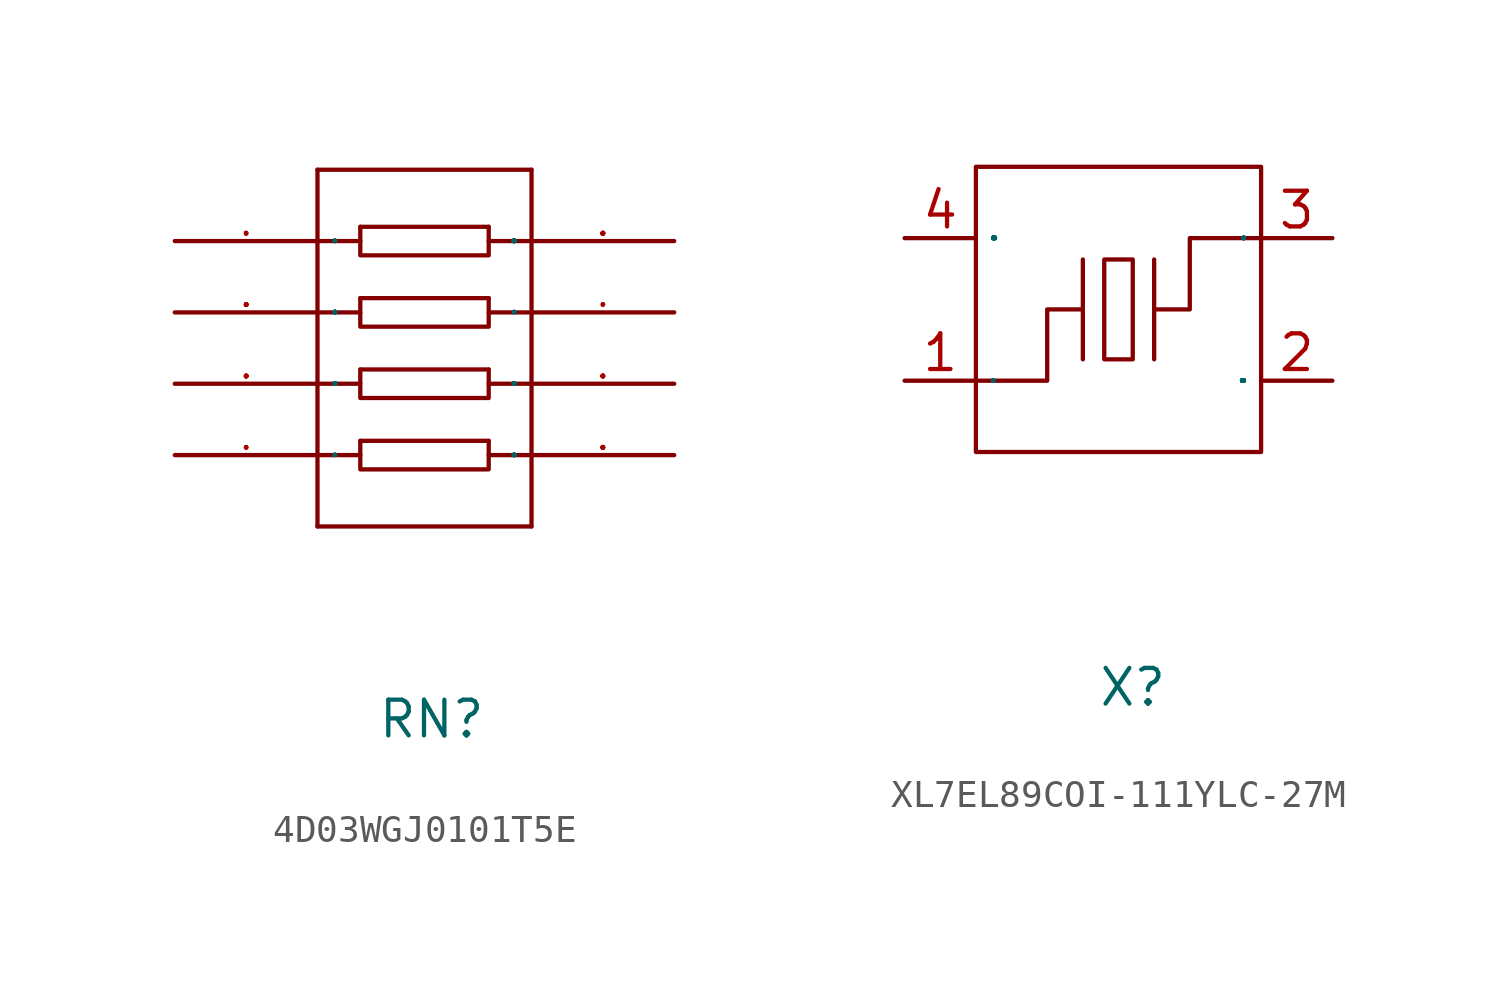
<source format=kicad_sym>
(kicad_symbol_lib
  (version 20241209)
  (generator "kicad_symbol_editor")
  (generator_version "9.0")
  (symbol "4D03WGJ0101T5E"
    (property "Reference" "RN"
      (at 0.254 -13.208 0)
      (effects (font (size 1.27 1.27))))
    (symbol "4D03WGJ0101T5E_1_0"
      (polyline (pts (xy -3.81 6.35) (xy -3.81 -6.35)) (stroke (width 0) (type default)) (fill (type none)))
      (polyline (pts (xy -3.81 6.35) (xy 3.81 6.35)) (stroke (width 0) (type default)) (fill (type none)))
      (polyline (pts (xy -3.81 3.81) (xy -2.286 3.81)) (stroke (width 0) (type default)) (fill (type none)))
      (polyline (pts (xy -3.81 1.27) (xy -2.286 1.27)) (stroke (width 0) (type default)) (fill (type none)))
      (polyline (pts (xy -3.81 -1.27) (xy -2.286 -1.27)) (stroke (width 0) (type default)) (fill (type none)))
      (polyline (pts (xy -3.81 -3.81) (xy -2.286 -3.81)) (stroke (width 0) (type default)) (fill (type none)))
      (polyline (pts (xy -3.81 -6.35) (xy 3.81 -6.35)) (stroke (width 0) (type default)) (fill (type none)))
      (polyline (pts (xy -2.286 4.318) (xy 2.286 4.318)) (stroke (width 0) (type default)) (fill (type none)))
      (polyline (pts (xy -2.286 4.318) (xy -2.286 3.302) (xy -2.286 3.302) (xy 2.286 3.302) (xy 2.286 3.302) (xy 2.286 4.318)) (stroke (width 0) (type default)) (fill (type none)))
      (polyline (pts (xy -2.286 1.778) (xy 2.286 1.778)) (stroke (width 0) (type default)) (fill (type none)))
      (polyline (pts (xy -2.286 1.778) (xy -2.286 0.762) (xy -2.286 0.762) (xy 2.286 0.762) (xy 2.286 0.762) (xy 2.286 1.778)) (stroke (width 0) (type default)) (fill (type none)))
      (polyline (pts (xy -2.286 -0.762) (xy 2.286 -0.762)) (stroke (width 0) (type default)) (fill (type none)))
      (polyline (pts (xy -2.286 -0.762) (xy -2.286 -1.778) (xy -2.286 -1.778) (xy 2.286 -1.778) (xy 2.286 -1.778) (xy 2.286 -0.762)) (stroke (width 0) (type default)) (fill (type none)))
      (polyline (pts (xy -2.286 -3.302) (xy 2.286 -3.302)) (stroke (width 0) (type default)) (fill (type none)))
      (polyline (pts (xy -2.286 -3.302) (xy -2.286 -4.318) (xy -2.286 -4.318) (xy 2.286 -4.318) (xy 2.286 -4.318) (xy 2.286 -3.302)) (stroke (width 0) (type default)) (fill (type none)))
      (polyline (pts (xy 2.286 3.81) (xy 3.81 3.81)) (stroke (width 0) (type default)) (fill (type none)))
      (polyline (pts (xy 2.286 1.27) (xy 3.81 1.27)) (stroke (width 0) (type default)) (fill (type none)))
      (polyline (pts (xy 2.286 -1.27) (xy 3.81 -1.27)) (stroke (width 0) (type default)) (fill (type none)))
      (polyline (pts (xy 2.286 -3.81) (xy 3.81 -3.81)) (stroke (width 0) (type default)) (fill (type none)))
      (polyline (pts (xy 3.81 6.35) (xy 3.81 -6.35)) (stroke (width 0) (type default)) (fill (type none)))
      (pin passive line (at -8.89 3.81 0) (length 5.08) (name "1" (effects (font (size 0.025 0.025)))) (number "1" (effects (font (size 0.025 0.025)))))
      (pin passive line (at -8.89 1.27 0) (length 5.08) (name "2" (effects (font (size 0.025 0.025)))) (number "2" (effects (font (size 0.025 0.025)))))
      (pin passive line (at -8.89 -1.27 0) (length 5.08) (name "3" (effects (font (size 0.025 0.025)))) (number "3" (effects (font (size 0.025 0.025)))))
      (pin passive line (at -8.89 -3.81 0) (length 5.08) (name "4" (effects (font (size 0.025 0.025)))) (number "4" (effects (font (size 0.025 0.025)))))
      (pin passive line (at 8.89 3.81 180) (length 5.08) (name "8" (effects (font (size 0.025 0.025)))) (number "8" (effects (font (size 0.025 0.025)))))
      (pin passive line (at 8.89 1.27 180) (length 5.08) (name "7" (effects (font (size 0.025 0.025)))) (number "7" (effects (font (size 0.025 0.025)))))
      (pin passive line (at 8.89 -1.27 180) (length 5.08) (name "6" (effects (font (size 0.025 0.025)))) (number "6" (effects (font (size 0.025 0.025)))))
      (pin passive line (at 8.89 -3.81 180) (length 5.08) (name "5" (effects (font (size 0.025 0.025)))) (number "5" (effects (font (size 0.025 0.025)))))))
  (symbol "XL7EL89COI-111YLC-27M"
    (property "Reference" "X"
      (at 0.508 -13.462 0)
      (effects (font (size 1.27 1.27))))
    (symbol "XL7EL89COI-111YLC-27M_1_0"
      (rectangle (start -5.08 5.08) (end 5.08 -5.08) (stroke (width 0) (type default)) (fill (type none)))
      (polyline (pts (xy -5.08 -2.54) (xy -2.54 -2.54) (xy -2.54 -2.54) (xy -2.54 0) (xy -2.54 0) (xy -1.27 0)) (stroke (width 0) (type default)) (fill (type none)))
      (polyline (pts (xy -1.27 -1.778) (xy -1.27 1.778)) (stroke (width 0) (type default)) (fill (type none)))
      (rectangle (start -0.508 1.778) (end 0.508 -1.778) (stroke (width 0) (type default)) (fill (type none)))
      (polyline (pts (xy 1.27 -1.778) (xy 1.27 1.778)) (stroke (width 0) (type default)) (fill (type none)))
      (polyline (pts (xy 5.08 2.54) (xy 2.54 2.54) (xy 2.54 2.54) (xy 2.54 0) (xy 2.54 0) (xy 1.27 0)) (stroke (width 0) (type default)) (fill (type none)))
      (pin power_in line (at -7.62 2.54 0) (length 2.54) (name "GND" (effects (font (size 0.025 0.025)))) (number "4" (effects (font (size 1.27 1.27)))))
      (pin passive line (at -7.62 -2.54 0) (length 2.54) (name "1" (effects (font (size 0.025 0.025)))) (number "1" (effects (font (size 1.27 1.27)))))
      (pin output line (at 7.62 2.54 180) (length 2.54) (name "3" (effects (font (size 0.025 0.025)))) (number "3" (effects (font (size 1.27 1.27)))))
      (pin power_in line (at 7.62 -2.54 180) (length 2.54) (name "GND" (effects (font (size 0.025 0.025)))) (number "2" (effects (font (size 1.27 1.27))))))))
</source>
